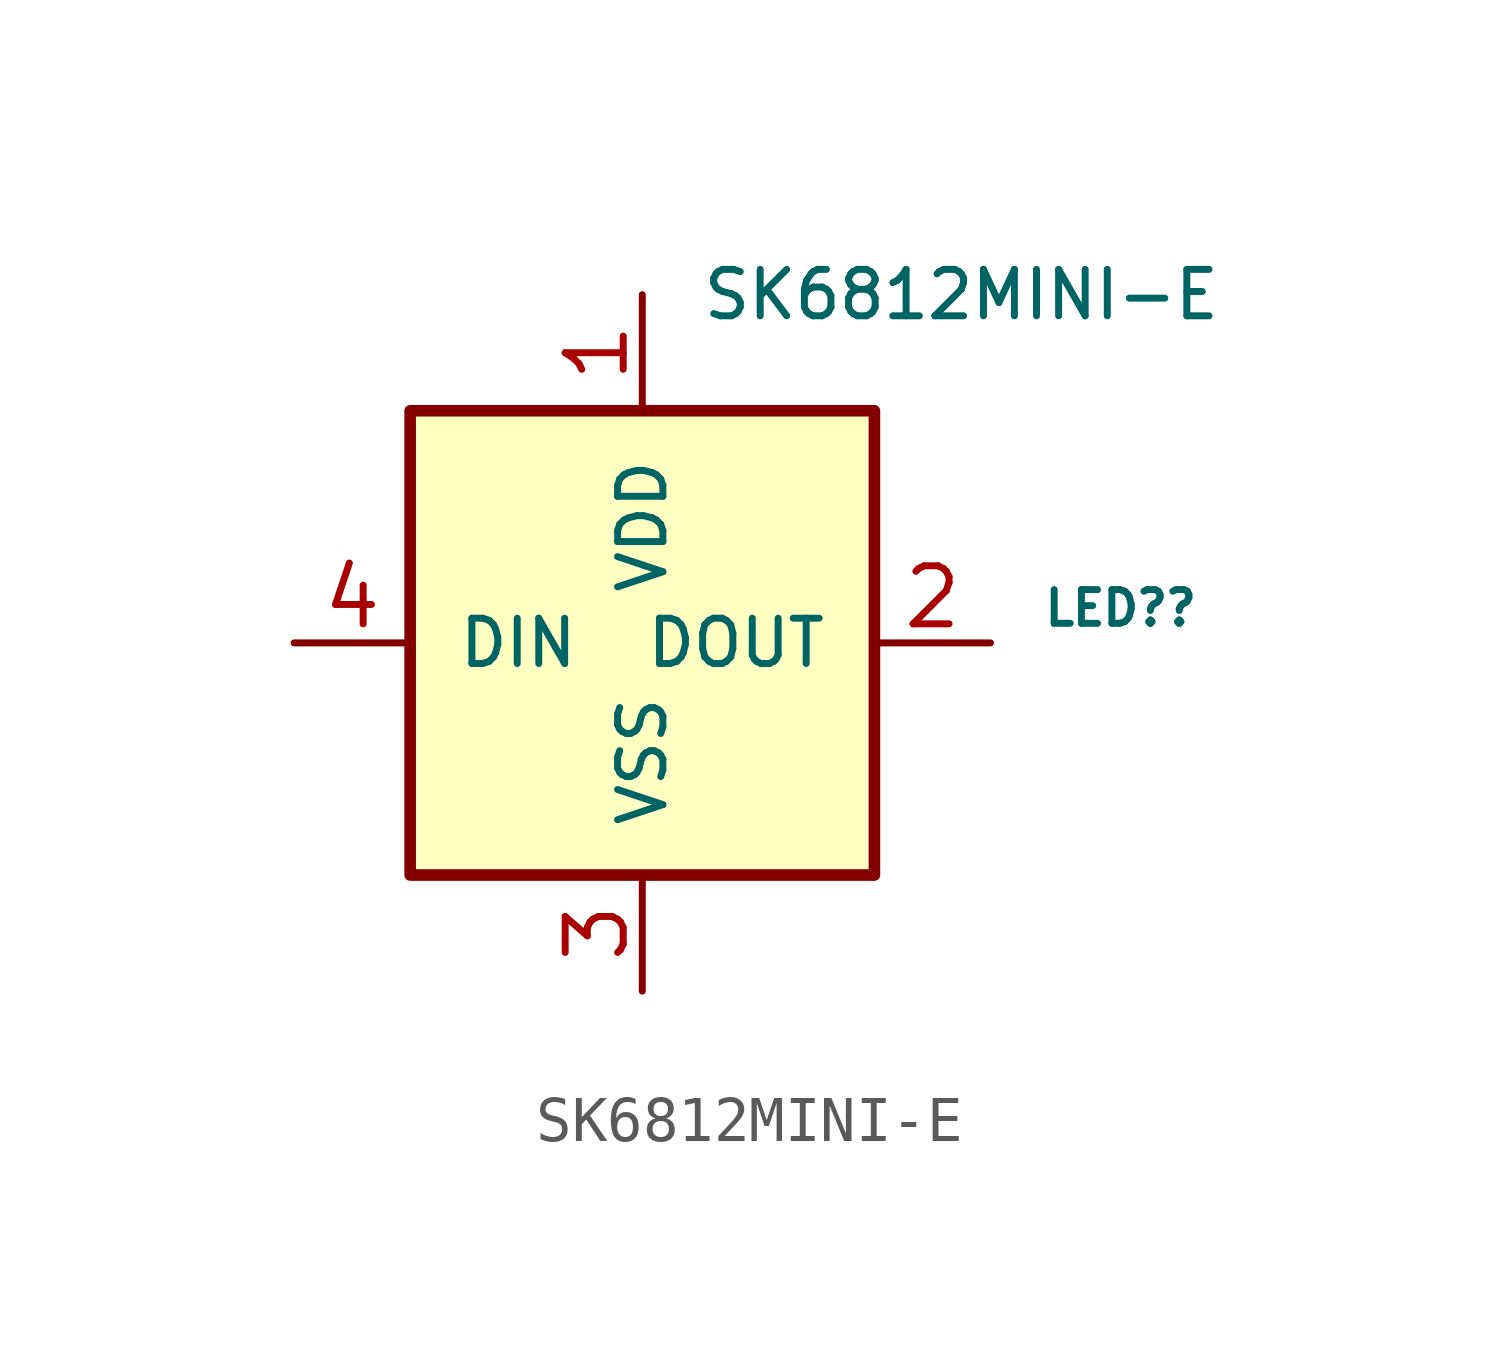
<source format=kicad_sym>
(kicad_symbol_lib
  (version 20211014)
  (generator kicad_symbol_editor)
  (symbol "SK6812MINI-E"
    (pin_names
      (offset 1.016))
    (property "Reference" "LED?"
      (at 8.738 0.762 0)
      (effects (font (size 0.737 0.737)) (justify left)))
    (property "Value" "SK6812MINI-E"
      (at 1.27 7.62 0)
      (effects (font (size 1.016 1.016)) (justify left)))
    (symbol "SK6812MINI-E_0_1"
      (rectangle (start -5.08 5.08) (end 5.08 -5.08) (stroke (width 0.254) (type default) (color 0 0 0 0)) (fill (type background))))
    (symbol "SK6812MINI-E_1_1"
      (pin power_in line (at 0 7.62 270) (length 2.54) (name "VDD" (effects (font (size 0.991 0.991)))) (number "1" (effects (font (size 1.27 1.27)))))
      (pin output line (at 7.62 0 180) (length 2.54) (name "DOUT" (effects (font (size 0.991 0.991)))) (number "2" (effects (font (size 1.27 1.27)))))
      (pin power_in line (at 0 -7.62 90) (length 2.54) (name "VSS" (effects (font (size 0.991 0.991)))) (number "3" (effects (font (size 1.27 1.27)))))
      (pin input line (at -7.62 0 0) (length 2.54) (name "DIN" (effects (font (size 0.991 0.991)))) (number "4" (effects (font (size 1.27 1.27))))))))
</source>
